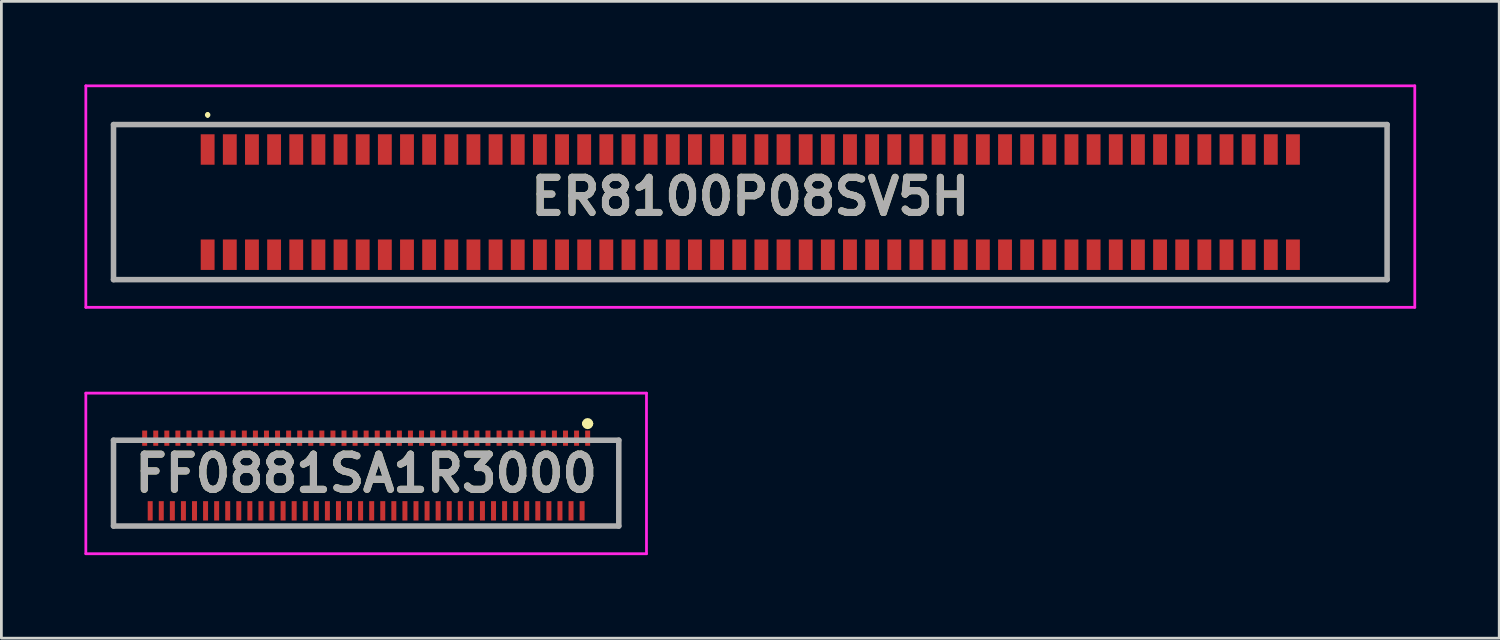
<source format=kicad_pcb>
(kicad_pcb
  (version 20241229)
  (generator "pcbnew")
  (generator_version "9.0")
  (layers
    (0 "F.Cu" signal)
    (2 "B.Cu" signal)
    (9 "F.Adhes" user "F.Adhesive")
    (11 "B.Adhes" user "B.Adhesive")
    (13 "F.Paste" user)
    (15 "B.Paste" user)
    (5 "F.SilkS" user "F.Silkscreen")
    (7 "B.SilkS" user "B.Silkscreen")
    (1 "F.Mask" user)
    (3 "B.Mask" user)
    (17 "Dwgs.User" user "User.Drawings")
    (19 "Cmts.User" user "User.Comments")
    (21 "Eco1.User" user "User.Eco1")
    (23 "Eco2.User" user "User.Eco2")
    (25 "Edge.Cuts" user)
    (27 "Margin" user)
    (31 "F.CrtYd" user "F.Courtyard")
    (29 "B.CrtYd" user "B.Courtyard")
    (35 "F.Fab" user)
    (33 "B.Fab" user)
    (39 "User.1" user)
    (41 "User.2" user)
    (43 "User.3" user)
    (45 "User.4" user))
  (footprint "ER8100P08SV5H"
    (layer "F.Cu")
    (at 24.05 4.25)
    (property "Reference" "ER8100P08SV5H" (at 0 -0.2 0) (layer "F.SilkS") (effects (font (size 1.27 1.27) (thickness 0.254))))
    (attr through_hole)
    (fp_line (start -23 -2.8) (end 23 -2.8) (stroke (width 0.1) (type solid)) (layer "F.SilkS"))
    (fp_line (start -23 2.8) (end -23 -2.8) (stroke (width 0.1) (type solid)) (layer "F.SilkS"))
    (fp_line (start -19.6 -3.2) (end -19.6 -3.2) (stroke (width 0.1) (type solid)) (layer "F.SilkS"))
    (fp_line (start -19.6 -3.1) (end -19.6 -3.1) (stroke (width 0.1) (type solid)) (layer "F.SilkS"))
    (fp_line (start 23 -2.8) (end 23 2.8) (stroke (width 0.1) (type solid)) (layer "F.SilkS"))
    (fp_line (start 23 2.8) (end -23 2.8) (stroke (width 0.1) (type solid)) (layer "F.SilkS"))
    (fp_arc (start -19.6 -3.2) (mid -19.55 -3.15) (end -19.6 -3.1) (stroke (width 0.1) (type solid)) (layer "F.SilkS"))
    (fp_arc (start -19.6 -3.1) (mid -19.65 -3.15) (end -19.6 -3.2) (stroke (width 0.1) (type solid)) (layer "F.SilkS"))
    (fp_line (start -24 -4.2) (end 24 -4.2) (stroke (width 0.1) (type solid)) (layer "F.CrtYd"))
    (fp_line (start -24 3.8) (end -24 -4.2) (stroke (width 0.1) (type solid)) (layer "F.CrtYd"))
    (fp_line (start 24 -4.2) (end 24 3.8) (stroke (width 0.1) (type solid)) (layer "F.CrtYd"))
    (fp_line (start 24 3.8) (end -24 3.8) (stroke (width 0.1) (type solid)) (layer "F.CrtYd"))
    (fp_line (start -23 -2.8) (end 23 -2.8) (stroke (width 0.2) (type solid)) (layer "F.Fab"))
    (fp_line (start -23 2.8) (end -23 -2.8) (stroke (width 0.2) (type solid)) (layer "F.Fab"))
    (fp_line (start 23 -2.8) (end 23 2.8) (stroke (width 0.2) (type solid)) (layer "F.Fab"))
    (fp_line (start 23 2.8) (end -23 2.8) (stroke (width 0.2) (type solid)) (layer "F.Fab"))
    (fp_text user "${REFERENCE}" (at 0 -0.2 0) (layer "F.Fab") (effects (font (size 1.27 1.27) (thickness 0.254))))
    (pad "" np_thru_hole circle (at -21.4 1.5) (size 0.001 0.001) (drill 1.53) (layers "*.Cu" "*.Mask"))
    (pad "" np_thru_hole circle (at 21.4 1.5) (size 0.001 0.001) (drill 1.53) (layers "*.Cu" "*.Mask"))
    (pad "1" smd rect (at -19.6 -1.9) (size 0.5 1.1) (layers "F.Cu" "F.Mask" "F.Paste"))
    (pad "2" smd rect (at -19.6 1.9) (size 0.5 1.1) (layers "F.Cu" "F.Mask" "F.Paste"))
    (pad "3" smd rect (at -18.8 -1.9) (size 0.5 1.1) (layers "F.Cu" "F.Mask" "F.Paste"))
    (pad "4" smd rect (at -18.8 1.9) (size 0.5 1.1) (layers "F.Cu" "F.Mask" "F.Paste"))
    (pad "5" smd rect (at -18 -1.9) (size 0.5 1.1) (layers "F.Cu" "F.Mask" "F.Paste"))
    (pad "6" smd rect (at -18 1.9) (size 0.5 1.1) (layers "F.Cu" "F.Mask" "F.Paste"))
    (pad "7" smd rect (at -17.2 -1.9) (size 0.5 1.1) (layers "F.Cu" "F.Mask" "F.Paste"))
    (pad "8" smd rect (at -17.2 1.9) (size 0.5 1.1) (layers "F.Cu" "F.Mask" "F.Paste"))
    (pad "9" smd rect (at -16.4 -1.9) (size 0.5 1.1) (layers "F.Cu" "F.Mask" "F.Paste"))
    (pad "10" smd rect (at -16.4 1.9) (size 0.5 1.1) (layers "F.Cu" "F.Mask" "F.Paste"))
    (pad "11" smd rect (at -15.6 -1.9) (size 0.5 1.1) (layers "F.Cu" "F.Mask" "F.Paste"))
    (pad "12" smd rect (at -15.6 1.9) (size 0.5 1.1) (layers "F.Cu" "F.Mask" "F.Paste"))
    (pad "13" smd rect (at -14.8 -1.9) (size 0.5 1.1) (layers "F.Cu" "F.Mask" "F.Paste"))
    (pad "14" smd rect (at -14.8 1.9) (size 0.5 1.1) (layers "F.Cu" "F.Mask" "F.Paste"))
    (pad "15" smd rect (at -14 -1.9) (size 0.5 1.1) (layers "F.Cu" "F.Mask" "F.Paste"))
    (pad "16" smd rect (at -14 1.9) (size 0.5 1.1) (layers "F.Cu" "F.Mask" "F.Paste"))
    (pad "17" smd rect (at -13.2 -1.9) (size 0.5 1.1) (layers "F.Cu" "F.Mask" "F.Paste"))
    (pad "18" smd rect (at -13.2 1.9) (size 0.5 1.1) (layers "F.Cu" "F.Mask" "F.Paste"))
    (pad "19" smd rect (at -12.4 -1.9) (size 0.5 1.1) (layers "F.Cu" "F.Mask" "F.Paste"))
    (pad "20" smd rect (at -12.4 1.9) (size 0.5 1.1) (layers "F.Cu" "F.Mask" "F.Paste"))
    (pad "21" smd rect (at -11.6 -1.9) (size 0.5 1.1) (layers "F.Cu" "F.Mask" "F.Paste"))
    (pad "22" smd rect (at -11.6 1.9) (size 0.5 1.1) (layers "F.Cu" "F.Mask" "F.Paste"))
    (pad "23" smd rect (at -10.8 -1.9) (size 0.5 1.1) (layers "F.Cu" "F.Mask" "F.Paste"))
    (pad "24" smd rect (at -10.8 1.9) (size 0.5 1.1) (layers "F.Cu" "F.Mask" "F.Paste"))
    (pad "25" smd rect (at -10 -1.9) (size 0.5 1.1) (layers "F.Cu" "F.Mask" "F.Paste"))
    (pad "26" smd rect (at -10 1.9) (size 0.5 1.1) (layers "F.Cu" "F.Mask" "F.Paste"))
    (pad "27" smd rect (at -9.2 -1.9) (size 0.5 1.1) (layers "F.Cu" "F.Mask" "F.Paste"))
    (pad "28" smd rect (at -9.2 1.9) (size 0.5 1.1) (layers "F.Cu" "F.Mask" "F.Paste"))
    (pad "29" smd rect (at -8.4 -1.9) (size 0.5 1.1) (layers "F.Cu" "F.Mask" "F.Paste"))
    (pad "30" smd rect (at -8.4 1.9) (size 0.5 1.1) (layers "F.Cu" "F.Mask" "F.Paste"))
    (pad "31" smd rect (at -7.6 -1.9) (size 0.5 1.1) (layers "F.Cu" "F.Mask" "F.Paste"))
    (pad "32" smd rect (at -7.6 1.9) (size 0.5 1.1) (layers "F.Cu" "F.Mask" "F.Paste"))
    (pad "33" smd rect (at -6.8 -1.9) (size 0.5 1.1) (layers "F.Cu" "F.Mask" "F.Paste"))
    (pad "34" smd rect (at -6.8 1.9) (size 0.5 1.1) (layers "F.Cu" "F.Mask" "F.Paste"))
    (pad "35" smd rect (at -6 -1.9) (size 0.5 1.1) (layers "F.Cu" "F.Mask" "F.Paste"))
    (pad "36" smd rect (at -6 1.9) (size 0.5 1.1) (layers "F.Cu" "F.Mask" "F.Paste"))
    (pad "37" smd rect (at -5.2 -1.9) (size 0.5 1.1) (layers "F.Cu" "F.Mask" "F.Paste"))
    (pad "38" smd rect (at -5.2 1.9) (size 0.5 1.1) (layers "F.Cu" "F.Mask" "F.Paste"))
    (pad "39" smd rect (at -4.4 -1.9) (size 0.5 1.1) (layers "F.Cu" "F.Mask" "F.Paste"))
    (pad "40" smd rect (at -4.4 1.9) (size 0.5 1.1) (layers "F.Cu" "F.Mask" "F.Paste"))
    (pad "41" smd rect (at -3.6 -1.9) (size 0.5 1.1) (layers "F.Cu" "F.Mask" "F.Paste"))
    (pad "42" smd rect (at -3.6 1.9) (size 0.5 1.1) (layers "F.Cu" "F.Mask" "F.Paste"))
    (pad "43" smd rect (at -2.8 -1.9) (size 0.5 1.1) (layers "F.Cu" "F.Mask" "F.Paste"))
    (pad "44" smd rect (at -2.8 1.9) (size 0.5 1.1) (layers "F.Cu" "F.Mask" "F.Paste"))
    (pad "45" smd rect (at -2 -1.9) (size 0.5 1.1) (layers "F.Cu" "F.Mask" "F.Paste"))
    (pad "46" smd rect (at -2 1.9) (size 0.5 1.1) (layers "F.Cu" "F.Mask" "F.Paste"))
    (pad "47" smd rect (at -1.2 -1.9) (size 0.5 1.1) (layers "F.Cu" "F.Mask" "F.Paste"))
    (pad "48" smd rect (at -1.2 1.9) (size 0.5 1.1) (layers "F.Cu" "F.Mask" "F.Paste"))
    (pad "49" smd rect (at -0.4 -1.9) (size 0.5 1.1) (layers "F.Cu" "F.Mask" "F.Paste"))
    (pad "50" smd rect (at -0.4 1.9) (size 0.5 1.1) (layers "F.Cu" "F.Mask" "F.Paste"))
    (pad "51" smd rect (at 0.4 -1.9) (size 0.5 1.1) (layers "F.Cu" "F.Mask" "F.Paste"))
    (pad "52" smd rect (at 0.4 1.9) (size 0.5 1.1) (layers "F.Cu" "F.Mask" "F.Paste"))
    (pad "53" smd rect (at 1.2 -1.9) (size 0.5 1.1) (layers "F.Cu" "F.Mask" "F.Paste"))
    (pad "54" smd rect (at 1.2 1.9) (size 0.5 1.1) (layers "F.Cu" "F.Mask" "F.Paste"))
    (pad "55" smd rect (at 2 -1.9) (size 0.5 1.1) (layers "F.Cu" "F.Mask" "F.Paste"))
    (pad "56" smd rect (at 2 1.9) (size 0.5 1.1) (layers "F.Cu" "F.Mask" "F.Paste"))
    (pad "57" smd rect (at 2.8 -1.9) (size 0.5 1.1) (layers "F.Cu" "F.Mask" "F.Paste"))
    (pad "58" smd rect (at 2.8 1.9) (size 0.5 1.1) (layers "F.Cu" "F.Mask" "F.Paste"))
    (pad "59" smd rect (at 3.6 -1.9) (size 0.5 1.1) (layers "F.Cu" "F.Mask" "F.Paste"))
    (pad "60" smd rect (at 3.6 1.9) (size 0.5 1.1) (layers "F.Cu" "F.Mask" "F.Paste"))
    (pad "61" smd rect (at 4.4 -1.9) (size 0.5 1.1) (layers "F.Cu" "F.Mask" "F.Paste"))
    (pad "62" smd rect (at 4.4 1.9) (size 0.5 1.1) (layers "F.Cu" "F.Mask" "F.Paste"))
    (pad "63" smd rect (at 5.2 -1.9) (size 0.5 1.1) (layers "F.Cu" "F.Mask" "F.Paste"))
    (pad "64" smd rect (at 5.2 1.9) (size 0.5 1.1) (layers "F.Cu" "F.Mask" "F.Paste"))
    (pad "65" smd rect (at 6 -1.9) (size 0.5 1.1) (layers "F.Cu" "F.Mask" "F.Paste"))
    (pad "66" smd rect (at 6 1.9) (size 0.5 1.1) (layers "F.Cu" "F.Mask" "F.Paste"))
    (pad "67" smd rect (at 6.8 -1.9) (size 0.5 1.1) (layers "F.Cu" "F.Mask" "F.Paste"))
    (pad "68" smd rect (at 6.8 1.9) (size 0.5 1.1) (layers "F.Cu" "F.Mask" "F.Paste"))
    (pad "69" smd rect (at 7.6 -1.9) (size 0.5 1.1) (layers "F.Cu" "F.Mask" "F.Paste"))
    (pad "70" smd rect (at 7.6 1.9) (size 0.5 1.1) (layers "F.Cu" "F.Mask" "F.Paste"))
    (pad "71" smd rect (at 8.4 -1.9) (size 0.5 1.1) (layers "F.Cu" "F.Mask" "F.Paste"))
    (pad "72" smd rect (at 8.4 1.9) (size 0.5 1.1) (layers "F.Cu" "F.Mask" "F.Paste"))
    (pad "73" smd rect (at 9.2 -1.9) (size 0.5 1.1) (layers "F.Cu" "F.Mask" "F.Paste"))
    (pad "74" smd rect (at 9.2 1.9) (size 0.5 1.1) (layers "F.Cu" "F.Mask" "F.Paste"))
    (pad "75" smd rect (at 10 -1.9) (size 0.5 1.1) (layers "F.Cu" "F.Mask" "F.Paste"))
    (pad "76" smd rect (at 10 1.9) (size 0.5 1.1) (layers "F.Cu" "F.Mask" "F.Paste"))
    (pad "77" smd rect (at 10.8 -1.9) (size 0.5 1.1) (layers "F.Cu" "F.Mask" "F.Paste"))
    (pad "78" smd rect (at 10.8 1.9) (size 0.5 1.1) (layers "F.Cu" "F.Mask" "F.Paste"))
    (pad "79" smd rect (at 11.6 -1.9) (size 0.5 1.1) (layers "F.Cu" "F.Mask" "F.Paste"))
    (pad "80" smd rect (at 11.6 1.9) (size 0.5 1.1) (layers "F.Cu" "F.Mask" "F.Paste"))
    (pad "81" smd rect (at 12.4 -1.9) (size 0.5 1.1) (layers "F.Cu" "F.Mask" "F.Paste"))
    (pad "82" smd rect (at 12.4 1.9) (size 0.5 1.1) (layers "F.Cu" "F.Mask" "F.Paste"))
    (pad "83" smd rect (at 13.2 -1.9) (size 0.5 1.1) (layers "F.Cu" "F.Mask" "F.Paste"))
    (pad "84" smd rect (at 13.2 1.9) (size 0.5 1.1) (layers "F.Cu" "F.Mask" "F.Paste"))
    (pad "85" smd rect (at 14 -1.9) (size 0.5 1.1) (layers "F.Cu" "F.Mask" "F.Paste"))
    (pad "86" smd rect (at 14 1.9) (size 0.5 1.1) (layers "F.Cu" "F.Mask" "F.Paste"))
    (pad "87" smd rect (at 14.8 -1.9) (size 0.5 1.1) (layers "F.Cu" "F.Mask" "F.Paste"))
    (pad "88" smd rect (at 14.8 1.9) (size 0.5 1.1) (layers "F.Cu" "F.Mask" "F.Paste"))
    (pad "89" smd rect (at 15.6 -1.9) (size 0.5 1.1) (layers "F.Cu" "F.Mask" "F.Paste"))
    (pad "90" smd rect (at 15.6 1.9) (size 0.5 1.1) (layers "F.Cu" "F.Mask" "F.Paste"))
    (pad "91" smd rect (at 16.4 -1.9) (size 0.5 1.1) (layers "F.Cu" "F.Mask" "F.Paste"))
    (pad "92" smd rect (at 16.4 1.9) (size 0.5 1.1) (layers "F.Cu" "F.Mask" "F.Paste"))
    (pad "93" smd rect (at 17.2 -1.9) (size 0.5 1.1) (layers "F.Cu" "F.Mask" "F.Paste"))
    (pad "94" smd rect (at 17.2 1.9) (size 0.5 1.1) (layers "F.Cu" "F.Mask" "F.Paste"))
    (pad "95" smd rect (at 18 -1.9) (size 0.5 1.1) (layers "F.Cu" "F.Mask" "F.Paste"))
    (pad "96" smd rect (at 18 1.9) (size 0.5 1.1) (layers "F.Cu" "F.Mask" "F.Paste"))
    (pad "97" smd rect (at 18.8 -1.9) (size 0.5 1.1) (layers "F.Cu" "F.Mask" "F.Paste"))
    (pad "98" smd rect (at 18.8 1.9) (size 0.5 1.1) (layers "F.Cu" "F.Mask" "F.Paste"))
    (pad "99" smd rect (at 19.6 -1.9) (size 0.5 1.1) (layers "F.Cu" "F.Mask" "F.Paste"))
    (pad "100" smd rect (at 19.6 1.9) (size 0.5 1.1) (layers "F.Cu" "F.Mask" "F.Paste")))
  (footprint "FF0881SA1R3000"
    (layer "F.Cu")
    (at 10.175 14.05)
    (property "Reference" "FF0881SA1R3000" (at 0 0 0) (layer "F.SilkS") (effects (font (size 1.27 1.27) (thickness 0.254))))
    (attr smd)
    (fp_line (start -9.125 -1.2) (end -9.125 1.9) (stroke (width 0.1) (type solid)) (layer "F.SilkS"))
    (fp_line (start -9.125 1.9) (end 9.125 1.9) (stroke (width 0.1) (type solid)) (layer "F.SilkS"))
    (fp_line (start -8.4 -1.2) (end -9.125 -1.2) (stroke (width 0.1) (type solid)) (layer "F.SilkS"))
    (fp_line (start 7.9 -1.8) (end 7.9 -1.8) (stroke (width 0.2) (type solid)) (layer "F.SilkS"))
    (fp_line (start 8.1 -1.8) (end 8.1 -1.8) (stroke (width 0.2) (type solid)) (layer "F.SilkS"))
    (fp_line (start 9.125 -1.2) (end 8.4 -1.2) (stroke (width 0.1) (type solid)) (layer "F.SilkS"))
    (fp_line (start 9.125 1.9) (end 9.125 -1.2) (stroke (width 0.1) (type solid)) (layer "F.SilkS"))
    (fp_arc (start 7.9 -1.8) (mid 8 -1.9) (end 8.1 -1.8) (stroke (width 0.2) (type solid)) (layer "F.SilkS"))
    (fp_arc (start 8.1 -1.8) (mid 8 -1.7) (end 7.9 -1.8) (stroke (width 0.2) (type solid)) (layer "F.SilkS"))
    (fp_line (start -10.125 -2.9) (end 10.125 -2.9) (stroke (width 0.1) (type solid)) (layer "F.CrtYd"))
    (fp_line (start -10.125 2.9) (end -10.125 -2.9) (stroke (width 0.1) (type solid)) (layer "F.CrtYd"))
    (fp_line (start 10.125 -2.9) (end 10.125 2.9) (stroke (width 0.1) (type solid)) (layer "F.CrtYd"))
    (fp_line (start 10.125 2.9) (end -10.125 2.9) (stroke (width 0.1) (type solid)) (layer "F.CrtYd"))
    (fp_line (start -9.125 -1.2) (end 9.125 -1.2) (stroke (width 0.2) (type solid)) (layer "F.Fab"))
    (fp_line (start -9.125 1.9) (end -9.125 -1.2) (stroke (width 0.2) (type solid)) (layer "F.Fab"))
    (fp_line (start 9.125 -1.2) (end 9.125 1.9) (stroke (width 0.2) (type solid)) (layer "F.Fab"))
    (fp_line (start 9.125 1.9) (end -9.125 1.9) (stroke (width 0.2) (type solid)) (layer "F.Fab"))
    (fp_text user "${REFERENCE}" (at 0 0 0) (layer "F.Fab") (effects (font (size 1.27 1.27) (thickness 0.254))))
    (pad "1" smd rect (at 8 -1.274) (size 0.18 0.55) (layers "F.Cu" "F.Mask" "F.Paste"))
    (pad "2" smd rect (at 7.8 1.351) (size 0.18 0.7) (layers "F.Cu" "F.Mask" "F.Paste"))
    (pad "3" smd rect (at 7.6 -1.274) (size 0.18 0.55) (layers "F.Cu" "F.Mask" "F.Paste"))
    (pad "4" smd rect (at 7.4 1.351) (size 0.18 0.7) (layers "F.Cu" "F.Mask" "F.Paste"))
    (pad "5" smd rect (at 7.2 -1.274) (size 0.18 0.55) (layers "F.Cu" "F.Mask" "F.Paste"))
    (pad "6" smd rect (at 7 1.351) (size 0.18 0.7) (layers "F.Cu" "F.Mask" "F.Paste"))
    (pad "7" smd rect (at 6.8 -1.274) (size 0.18 0.55) (layers "F.Cu" "F.Mask" "F.Paste"))
    (pad "8" smd rect (at 6.6 1.351) (size 0.18 0.7) (layers "F.Cu" "F.Mask" "F.Paste"))
    (pad "9" smd rect (at 6.4 -1.274) (size 0.18 0.55) (layers "F.Cu" "F.Mask" "F.Paste"))
    (pad "10" smd rect (at 6.2 1.351) (size 0.18 0.7) (layers "F.Cu" "F.Mask" "F.Paste"))
    (pad "11" smd rect (at 6 -1.274) (size 0.18 0.55) (layers "F.Cu" "F.Mask" "F.Paste"))
    (pad "12" smd rect (at 5.8 1.351) (size 0.18 0.7) (layers "F.Cu" "F.Mask" "F.Paste"))
    (pad "13" smd rect (at 5.6 -1.274) (size 0.18 0.55) (layers "F.Cu" "F.Mask" "F.Paste"))
    (pad "14" smd rect (at 5.4 1.351) (size 0.18 0.7) (layers "F.Cu" "F.Mask" "F.Paste"))
    (pad "15" smd rect (at 5.2 -1.274) (size 0.18 0.55) (layers "F.Cu" "F.Mask" "F.Paste"))
    (pad "16" smd rect (at 5 1.351) (size 0.18 0.7) (layers "F.Cu" "F.Mask" "F.Paste"))
    (pad "17" smd rect (at 4.8 -1.274) (size 0.18 0.55) (layers "F.Cu" "F.Mask" "F.Paste"))
    (pad "18" smd rect (at 4.6 1.351) (size 0.18 0.7) (layers "F.Cu" "F.Mask" "F.Paste"))
    (pad "19" smd rect (at 4.4 -1.274) (size 0.18 0.55) (layers "F.Cu" "F.Mask" "F.Paste"))
    (pad "20" smd rect (at 4.2 1.351) (size 0.18 0.7) (layers "F.Cu" "F.Mask" "F.Paste"))
    (pad "21" smd rect (at 4 -1.274) (size 0.18 0.55) (layers "F.Cu" "F.Mask" "F.Paste"))
    (pad "22" smd rect (at 3.8 1.351) (size 0.18 0.7) (layers "F.Cu" "F.Mask" "F.Paste"))
    (pad "23" smd rect (at 3.6 -1.274) (size 0.18 0.55) (layers "F.Cu" "F.Mask" "F.Paste"))
    (pad "24" smd rect (at 3.4 1.351) (size 0.18 0.7) (layers "F.Cu" "F.Mask" "F.Paste"))
    (pad "25" smd rect (at 3.2 -1.274) (size 0.18 0.55) (layers "F.Cu" "F.Mask" "F.Paste"))
    (pad "26" smd rect (at 3 1.351) (size 0.18 0.7) (layers "F.Cu" "F.Mask" "F.Paste"))
    (pad "27" smd rect (at 2.8 -1.274) (size 0.18 0.55) (layers "F.Cu" "F.Mask" "F.Paste"))
    (pad "28" smd rect (at 2.6 1.351) (size 0.18 0.7) (layers "F.Cu" "F.Mask" "F.Paste"))
    (pad "29" smd rect (at 2.4 -1.274) (size 0.18 0.55) (layers "F.Cu" "F.Mask" "F.Paste"))
    (pad "30" smd rect (at 2.2 1.351) (size 0.18 0.7) (layers "F.Cu" "F.Mask" "F.Paste"))
    (pad "31" smd rect (at 2 -1.274) (size 0.18 0.55) (layers "F.Cu" "F.Mask" "F.Paste"))
    (pad "32" smd rect (at 1.8 1.351) (size 0.18 0.7) (layers "F.Cu" "F.Mask" "F.Paste"))
    (pad "33" smd rect (at 1.6 -1.274) (size 0.18 0.55) (layers "F.Cu" "F.Mask" "F.Paste"))
    (pad "34" smd rect (at 1.4 1.351) (size 0.18 0.7) (layers "F.Cu" "F.Mask" "F.Paste"))
    (pad "35" smd rect (at 1.2 -1.274) (size 0.18 0.55) (layers "F.Cu" "F.Mask" "F.Paste"))
    (pad "36" smd rect (at 1 1.351) (size 0.18 0.7) (layers "F.Cu" "F.Mask" "F.Paste"))
    (pad "37" smd rect (at 0.8 -1.274) (size 0.18 0.55) (layers "F.Cu" "F.Mask" "F.Paste"))
    (pad "38" smd rect (at 0.6 1.351) (size 0.18 0.7) (layers "F.Cu" "F.Mask" "F.Paste"))
    (pad "39" smd rect (at 0.4 -1.274) (size 0.18 0.55) (layers "F.Cu" "F.Mask" "F.Paste"))
    (pad "40" smd rect (at 0.2 1.351) (size 0.18 0.7) (layers "F.Cu" "F.Mask" "F.Paste"))
    (pad "41" smd rect (at 0 -1.274) (size 0.18 0.55) (layers "F.Cu" "F.Mask" "F.Paste"))
    (pad "42" smd rect (at -0.2 1.351) (size 0.18 0.7) (layers "F.Cu" "F.Mask" "F.Paste"))
    (pad "43" smd rect (at -0.4 -1.274) (size 0.18 0.55) (layers "F.Cu" "F.Mask" "F.Paste"))
    (pad "44" smd rect (at -0.6 1.351) (size 0.18 0.7) (layers "F.Cu" "F.Mask" "F.Paste"))
    (pad "45" smd rect (at -0.8 -1.274) (size 0.18 0.55) (layers "F.Cu" "F.Mask" "F.Paste"))
    (pad "46" smd rect (at -1 1.351) (size 0.18 0.7) (layers "F.Cu" "F.Mask" "F.Paste"))
    (pad "47" smd rect (at -1.2 -1.274) (size 0.18 0.55) (layers "F.Cu" "F.Mask" "F.Paste"))
    (pad "48" smd rect (at -1.4 1.351) (size 0.18 0.7) (layers "F.Cu" "F.Mask" "F.Paste"))
    (pad "49" smd rect (at -1.6 -1.274) (size 0.18 0.55) (layers "F.Cu" "F.Mask" "F.Paste"))
    (pad "50" smd rect (at -1.8 1.351) (size 0.18 0.7) (layers "F.Cu" "F.Mask" "F.Paste"))
    (pad "51" smd rect (at -2 -1.274) (size 0.18 0.55) (layers "F.Cu" "F.Mask" "F.Paste"))
    (pad "52" smd rect (at -2.2 1.351) (size 0.18 0.7) (layers "F.Cu" "F.Mask" "F.Paste"))
    (pad "53" smd rect (at -2.4 -1.274) (size 0.18 0.55) (layers "F.Cu" "F.Mask" "F.Paste"))
    (pad "54" smd rect (at -2.6 1.351) (size 0.18 0.7) (layers "F.Cu" "F.Mask" "F.Paste"))
    (pad "55" smd rect (at -2.8 -1.274) (size 0.18 0.55) (layers "F.Cu" "F.Mask" "F.Paste"))
    (pad "56" smd rect (at -3 1.351) (size 0.18 0.7) (layers "F.Cu" "F.Mask" "F.Paste"))
    (pad "57" smd rect (at -3.2 -1.274) (size 0.18 0.55) (layers "F.Cu" "F.Mask" "F.Paste"))
    (pad "58" smd rect (at -3.4 1.351) (size 0.18 0.7) (layers "F.Cu" "F.Mask" "F.Paste"))
    (pad "59" smd rect (at -3.6 -1.274) (size 0.18 0.55) (layers "F.Cu" "F.Mask" "F.Paste"))
    (pad "60" smd rect (at -3.8 1.351) (size 0.18 0.7) (layers "F.Cu" "F.Mask" "F.Paste"))
    (pad "61" smd rect (at -4 -1.274) (size 0.18 0.55) (layers "F.Cu" "F.Mask" "F.Paste"))
    (pad "62" smd rect (at -4.2 1.351) (size 0.18 0.7) (layers "F.Cu" "F.Mask" "F.Paste"))
    (pad "63" smd rect (at -4.4 -1.274) (size 0.18 0.55) (layers "F.Cu" "F.Mask" "F.Paste"))
    (pad "64" smd rect (at -4.6 1.351) (size 0.18 0.7) (layers "F.Cu" "F.Mask" "F.Paste"))
    (pad "65" smd rect (at -4.8 -1.274) (size 0.18 0.55) (layers "F.Cu" "F.Mask" "F.Paste"))
    (pad "66" smd rect (at -5 1.351) (size 0.18 0.7) (layers "F.Cu" "F.Mask" "F.Paste"))
    (pad "67" smd rect (at -5.2 -1.274) (size 0.18 0.55) (layers "F.Cu" "F.Mask" "F.Paste"))
    (pad "68" smd rect (at -5.4 1.351) (size 0.18 0.7) (layers "F.Cu" "F.Mask" "F.Paste"))
    (pad "69" smd rect (at -5.6 -1.274) (size 0.18 0.55) (layers "F.Cu" "F.Mask" "F.Paste"))
    (pad "70" smd rect (at -5.8 1.351) (size 0.18 0.7) (layers "F.Cu" "F.Mask" "F.Paste"))
    (pad "71" smd rect (at -6 -1.274) (size 0.18 0.55) (layers "F.Cu" "F.Mask" "F.Paste"))
    (pad "72" smd rect (at -6.2 1.351) (size 0.18 0.7) (layers "F.Cu" "F.Mask" "F.Paste"))
    (pad "73" smd rect (at -6.4 -1.274) (size 0.18 0.55) (layers "F.Cu" "F.Mask" "F.Paste"))
    (pad "74" smd rect (at -6.6 1.351) (size 0.18 0.7) (layers "F.Cu" "F.Mask" "F.Paste"))
    (pad "75" smd rect (at -6.8 -1.274) (size 0.18 0.55) (layers "F.Cu" "F.Mask" "F.Paste"))
    (pad "76" smd rect (at -7 1.351) (size 0.18 0.7) (layers "F.Cu" "F.Mask" "F.Paste"))
    (pad "77" smd rect (at -7.2 -1.274) (size 0.18 0.55) (layers "F.Cu" "F.Mask" "F.Paste"))
    (pad "78" smd rect (at -7.4 1.351) (size 0.18 0.7) (layers "F.Cu" "F.Mask" "F.Paste"))
    (pad "79" smd rect (at -7.6 -1.274) (size 0.18 0.55) (layers "F.Cu" "F.Mask" "F.Paste"))
    (pad "80" smd rect (at -7.8 1.351) (size 0.18 0.7) (layers "F.Cu" "F.Mask" "F.Paste"))
    (pad "81" smd rect (at -8 -1.274) (size 0.18 0.55) (layers "F.Cu" "F.Mask" "F.Paste")))
  (gr_rect
    (start -3 -3)
    (end 51.1 20)
    (stroke (width 0.1) (type default))
    (fill no)
    (layer "Edge.Cuts")))
</source>
